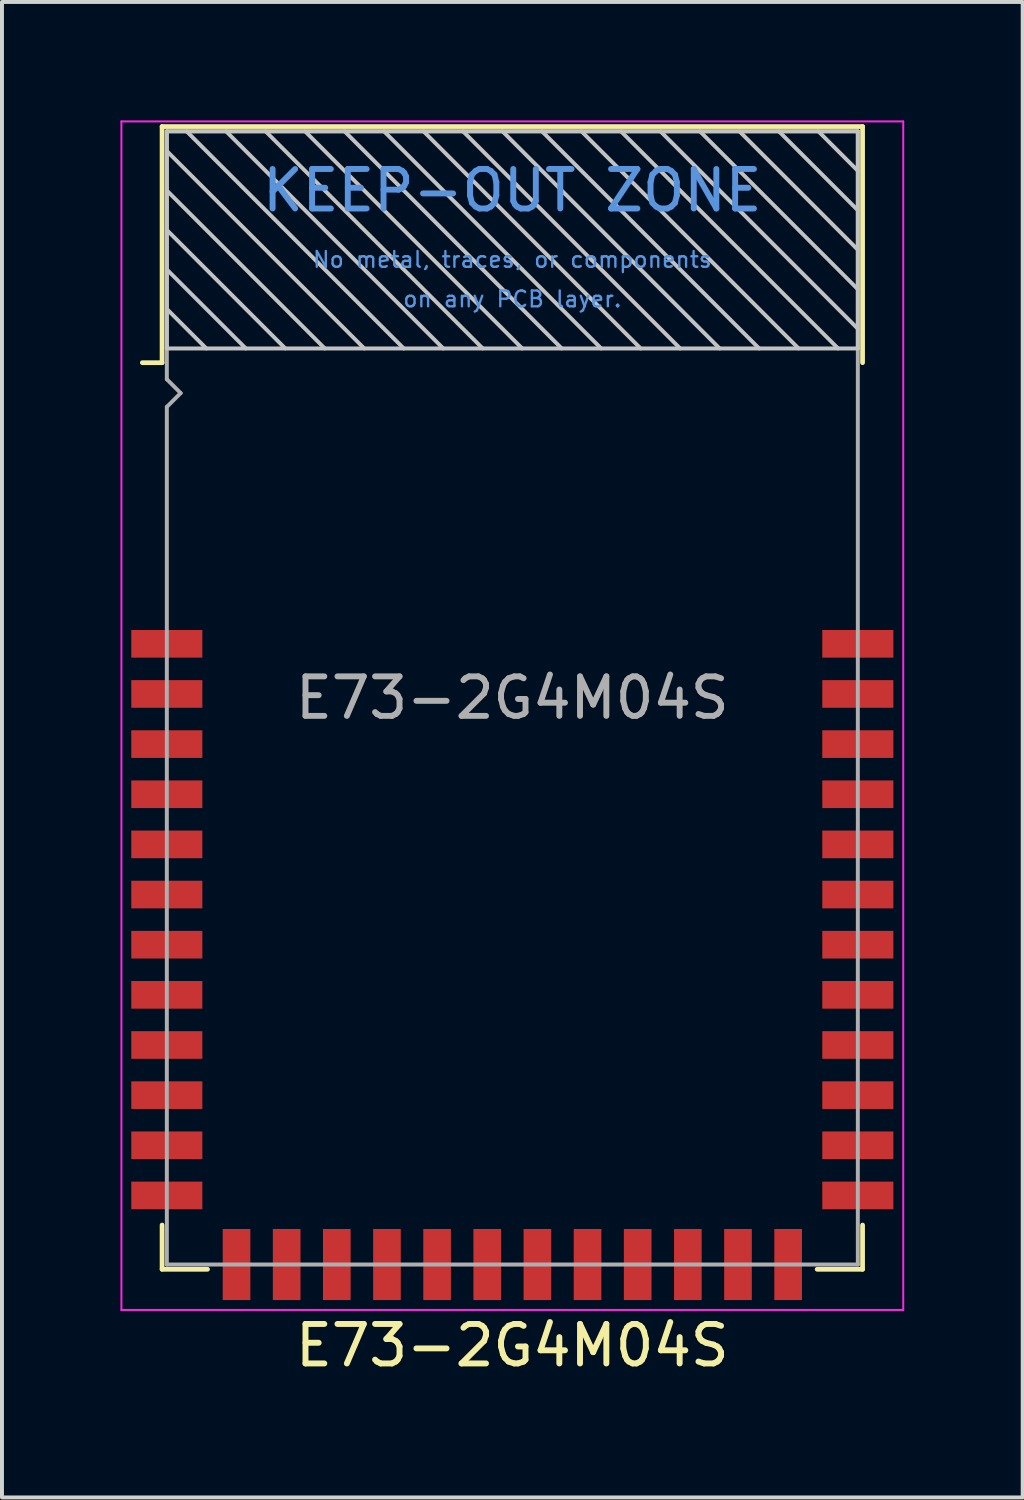
<source format=kicad_pcb>
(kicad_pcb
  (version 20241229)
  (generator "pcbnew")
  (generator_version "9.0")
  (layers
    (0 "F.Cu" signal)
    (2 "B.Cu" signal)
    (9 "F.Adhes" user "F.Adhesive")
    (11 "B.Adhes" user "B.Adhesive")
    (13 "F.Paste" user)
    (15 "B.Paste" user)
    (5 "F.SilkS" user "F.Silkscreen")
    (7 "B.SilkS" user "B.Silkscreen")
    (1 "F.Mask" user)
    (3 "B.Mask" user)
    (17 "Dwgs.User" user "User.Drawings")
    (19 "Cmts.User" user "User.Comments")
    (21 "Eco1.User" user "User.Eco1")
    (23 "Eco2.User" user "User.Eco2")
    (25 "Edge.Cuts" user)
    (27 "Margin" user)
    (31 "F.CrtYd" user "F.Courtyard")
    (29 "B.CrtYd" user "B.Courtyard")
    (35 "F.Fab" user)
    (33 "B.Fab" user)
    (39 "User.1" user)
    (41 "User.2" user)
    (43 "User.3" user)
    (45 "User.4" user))
  (footprint "E73-2G4M04S"
    (layer "F.Cu")
    (at 9.925 14.625)
    (property "Reference" "E73-2G4M04S" (at 0 16.4 0) (layer "F.SilkS") (effects (font (size 1 1) (thickness 0.15))))
    (attr smd)
    (fp_line (start -8.87 -14.47) (end -8.87 -8.49) (stroke (width 0.12) (type solid)) (layer "F.SilkS"))
    (fp_line (start -8.87 -8.49) (end -9.37 -8.49) (stroke (width 0.12) (type solid)) (layer "F.SilkS"))
    (fp_line (start -8.87 14.47) (end -8.87 13.35) (stroke (width 0.12) (type solid)) (layer "F.SilkS"))
    (fp_line (start -8.87 14.47) (end -7.72 14.47) (stroke (width 0.12) (type solid)) (layer "F.SilkS"))
    (fp_line (start 8.87 -14.47) (end -8.87 -14.47) (stroke (width 0.12) (type solid)) (layer "F.SilkS"))
    (fp_line (start 8.87 -14.47) (end 8.87 -8.49) (stroke (width 0.12) (type solid)) (layer "F.SilkS"))
    (fp_line (start 8.87 14.47) (end 7.72 14.47) (stroke (width 0.12) (type solid)) (layer "F.SilkS"))
    (fp_line (start 8.87 14.47) (end 8.87 13.35) (stroke (width 0.12) (type solid)) (layer "F.SilkS"))
    (fp_line (start -8.75 -14.35) (end 8.75 -14.35) (stroke (width 0.1) (type solid)) (layer "Dwgs.User"))
    (fp_line (start -8.75 -13.85) (end -3.75 -8.85) (stroke (width 0.1) (type solid)) (layer "Dwgs.User"))
    (fp_line (start -8.75 -11.85) (end -5.75 -8.85) (stroke (width 0.1) (type solid)) (layer "Dwgs.User"))
    (fp_line (start -8.75 -10.85) (end -6.75 -8.85) (stroke (width 0.1) (type solid)) (layer "Dwgs.User"))
    (fp_line (start -8.75 -9.85) (end -7.75 -8.85) (stroke (width 0.1) (type solid)) (layer "Dwgs.User"))
    (fp_line (start -8.75 -8.85) (end -8.75 -14.35) (stroke (width 0.1) (type solid)) (layer "Dwgs.User"))
    (fp_line (start -7.25 -14.35) (end -1.75 -8.85) (stroke (width 0.1) (type solid)) (layer "Dwgs.User"))
    (fp_line (start -5.25 -14.35) (end 0.25 -8.85) (stroke (width 0.1) (type solid)) (layer "Dwgs.User"))
    (fp_line (start -4.75 -8.85) (end -8.75 -12.85) (stroke (width 0.1) (type solid)) (layer "Dwgs.User"))
    (fp_line (start -3.25 -14.35) (end 2.25 -8.85) (stroke (width 0.1) (type solid)) (layer "Dwgs.User"))
    (fp_line (start -2.75 -8.85) (end -8.25 -14.35) (stroke (width 0.1) (type solid)) (layer "Dwgs.User"))
    (fp_line (start -1.25 -14.35) (end 4.25 -8.85) (stroke (width 0.1) (type solid)) (layer "Dwgs.User"))
    (fp_line (start -0.75 -8.85) (end -6.25 -14.35) (stroke (width 0.1) (type solid)) (layer "Dwgs.User"))
    (fp_line (start 0.75 -14.35) (end 6.25 -8.85) (stroke (width 0.1) (type solid)) (layer "Dwgs.User"))
    (fp_line (start 1.25 -8.85) (end -4.25 -14.35) (stroke (width 0.1) (type solid)) (layer "Dwgs.User"))
    (fp_line (start 2.75 -14.35) (end 8.25 -8.85) (stroke (width 0.1) (type solid)) (layer "Dwgs.User"))
    (fp_line (start 3.25 -8.85) (end -2.25 -14.35) (stroke (width 0.1) (type solid)) (layer "Dwgs.User"))
    (fp_line (start 4.75 -14.35) (end 8.75 -10.35) (stroke (width 0.1) (type solid)) (layer "Dwgs.User"))
    (fp_line (start 5.25 -8.85) (end -0.25 -14.35) (stroke (width 0.1) (type solid)) (layer "Dwgs.User"))
    (fp_line (start 6.75 -14.35) (end 8.75 -12.35) (stroke (width 0.1) (type solid)) (layer "Dwgs.User"))
    (fp_line (start 7.25 -8.85) (end 1.75 -14.35) (stroke (width 0.1) (type solid)) (layer "Dwgs.User"))
    (fp_line (start 8.75 -14.35) (end 8.75 -8.85) (stroke (width 0.1) (type solid)) (layer "Dwgs.User"))
    (fp_line (start 8.75 -13.35) (end 7.75 -14.35) (stroke (width 0.1) (type solid)) (layer "Dwgs.User"))
    (fp_line (start 8.75 -11.35) (end 5.75 -14.35) (stroke (width 0.1) (type solid)) (layer "Dwgs.User"))
    (fp_line (start 8.75 -9.35) (end 3.75 -14.35) (stroke (width 0.1) (type solid)) (layer "Dwgs.User"))
    (fp_line (start 8.75 -8.85) (end -8.75 -8.85) (stroke (width 0.1) (type solid)) (layer "Dwgs.User"))
    (fp_line (start -9.9 -14.6) (end -9.9 15.5) (stroke (width 0.05) (type solid)) (layer "F.CrtYd"))
    (fp_line (start -9.9 15.5) (end 9.9 15.5) (stroke (width 0.05) (type solid)) (layer "F.CrtYd"))
    (fp_line (start 9.9 -14.6) (end -9.9 -14.6) (stroke (width 0.05) (type solid)) (layer "F.CrtYd"))
    (fp_line (start 9.9 15.5) (end 9.9 -14.6) (stroke (width 0.05) (type solid)) (layer "F.CrtYd"))
    (fp_line (start -8.75 -8.07) (end -8.75 -14.35) (stroke (width 0.1) (type solid)) (layer "F.Fab"))
    (fp_line (start -8.75 -8.07) (end -8.4 -7.72) (stroke (width 0.1) (type solid)) (layer "F.Fab"))
    (fp_line (start -8.75 -7.37) (end -8.75 14.35) (stroke (width 0.1) (type solid)) (layer "F.Fab"))
    (fp_line (start -8.75 14.35) (end 8.75 14.35) (stroke (width 0.1) (type solid)) (layer "F.Fab"))
    (fp_line (start -8.4 -7.72) (end -8.75 -7.37) (stroke (width 0.1) (type solid)) (layer "F.Fab"))
    (fp_line (start 8.75 -14.35) (end -8.75 -14.35) (stroke (width 0.1) (type solid)) (layer "F.Fab"))
    (fp_line (start 8.75 14.35) (end 8.75 -14.35) (stroke (width 0.1) (type solid)) (layer "F.Fab"))
    (fp_text user "KEEP-OUT ZONE" (at 0 -12.85 0) (layer "Cmts.User") (effects (font (size 1 1) (thickness 0.15))))
    (fp_text user "No metal, traces, or components" (at 0 -11.1 0) (layer "Cmts.User") (effects (font (size 0.4 0.4) (thickness 0.06))))
    (fp_text user "on any PCB layer." (at 0 -10.1 0) (layer "Cmts.User") (effects (font (size 0.4 0.4) (thickness 0.06))))
    (fp_text user "${REFERENCE}" (at 0 0 0) (layer "F.Fab") (effects (font (size 1 1) (thickness 0.15))))
    (pad "1" smd rect (at -8.75 -1.37) (size 1.8 0.7) (layers "F.Cu" "F.Mask" "F.Paste"))
    (pad "2" smd rect (at -8.75 -0.1) (size 1.8 0.7) (layers "F.Cu" "F.Mask" "F.Paste"))
    (pad "3" smd rect (at -8.75 1.17) (size 1.8 0.7) (layers "F.Cu" "F.Mask" "F.Paste"))
    (pad "4" smd rect (at -8.75 2.44) (size 1.8 0.7) (layers "F.Cu" "F.Mask" "F.Paste"))
    (pad "5" smd rect (at -8.75 3.71) (size 1.8 0.7) (layers "F.Cu" "F.Mask" "F.Paste"))
    (pad "6" smd rect (at -8.75 4.98) (size 1.8 0.7) (layers "F.Cu" "F.Mask" "F.Paste"))
    (pad "7" smd rect (at -8.75 6.25) (size 1.8 0.7) (layers "F.Cu" "F.Mask" "F.Paste"))
    (pad "8" smd rect (at -8.75 7.52) (size 1.8 0.7) (layers "F.Cu" "F.Mask" "F.Paste"))
    (pad "9" smd rect (at -8.75 8.79) (size 1.8 0.7) (layers "F.Cu" "F.Mask" "F.Paste"))
    (pad "10" smd rect (at -8.75 10.06) (size 1.8 0.7) (layers "F.Cu" "F.Mask" "F.Paste"))
    (pad "11" smd rect (at -8.75 11.33) (size 1.8 0.7) (layers "F.Cu" "F.Mask" "F.Paste"))
    (pad "12" smd rect (at -8.75 12.6) (size 1.8 0.7) (layers "F.Cu" "F.Mask" "F.Paste"))
    (pad "13" smd rect (at -6.985 14.35) (size 0.7 1.8) (layers "F.Cu" "F.Mask" "F.Paste"))
    (pad "14" smd rect (at -5.715 14.35) (size 0.7 1.8) (layers "F.Cu" "F.Mask" "F.Paste"))
    (pad "15" smd rect (at -4.445 14.35) (size 0.7 1.8) (layers "F.Cu" "F.Mask" "F.Paste"))
    (pad "16" smd rect (at -3.175 14.35) (size 0.7 1.8) (layers "F.Cu" "F.Mask" "F.Paste"))
    (pad "17" smd rect (at -1.905 14.35) (size 0.7 1.8) (layers "F.Cu" "F.Mask" "F.Paste"))
    (pad "18" smd rect (at -0.635 14.35) (size 0.7 1.8) (layers "F.Cu" "F.Mask" "F.Paste"))
    (pad "19" smd rect (at 0.635 14.35) (size 0.7 1.8) (layers "F.Cu" "F.Mask" "F.Paste"))
    (pad "20" smd rect (at 1.905 14.35) (size 0.7 1.8) (layers "F.Cu" "F.Mask" "F.Paste"))
    (pad "21" smd rect (at 3.175 14.35) (size 0.7 1.8) (layers "F.Cu" "F.Mask" "F.Paste"))
    (pad "22" smd rect (at 4.445 14.35) (size 0.7 1.8) (layers "F.Cu" "F.Mask" "F.Paste"))
    (pad "23" smd rect (at 5.715 14.35) (size 0.7 1.8) (layers "F.Cu" "F.Mask" "F.Paste"))
    (pad "24" smd rect (at 6.985 14.35) (size 0.7 1.8) (layers "F.Cu" "F.Mask" "F.Paste"))
    (pad "25" smd rect (at 8.75 12.6) (size 1.8 0.7) (layers "F.Cu" "F.Mask" "F.Paste"))
    (pad "26" smd rect (at 8.75 11.33) (size 1.8 0.7) (layers "F.Cu" "F.Mask" "F.Paste"))
    (pad "27" smd rect (at 8.75 10.06) (size 1.8 0.7) (layers "F.Cu" "F.Mask" "F.Paste"))
    (pad "28" smd rect (at 8.75 8.79) (size 1.8 0.7) (layers "F.Cu" "F.Mask" "F.Paste"))
    (pad "29" smd rect (at 8.75 7.52) (size 1.8 0.7) (layers "F.Cu" "F.Mask" "F.Paste"))
    (pad "30" smd rect (at 8.75 6.25) (size 1.8 0.7) (layers "F.Cu" "F.Mask" "F.Paste"))
    (pad "31" smd rect (at 8.75 4.98) (size 1.8 0.7) (layers "F.Cu" "F.Mask" "F.Paste"))
    (pad "32" smd rect (at 8.75 3.71) (size 1.8 0.7) (layers "F.Cu" "F.Mask" "F.Paste"))
    (pad "33" smd rect (at 8.75 2.44) (size 1.8 0.7) (layers "F.Cu" "F.Mask" "F.Paste"))
    (pad "34" smd rect (at 8.75 1.17) (size 1.8 0.7) (layers "F.Cu" "F.Mask" "F.Paste"))
    (pad "35" smd rect (at 8.75 -0.1) (size 1.8 0.7) (layers "F.Cu" "F.Mask" "F.Paste"))
    (pad "36" smd rect (at 8.75 -1.37) (size 1.8 0.7) (layers "F.Cu" "F.Mask" "F.Paste")))
  (gr_rect
    (start -3 -3)
    (end 22.85 34.873)
    (stroke (width 0.1) (type default))
    (fill no)
    (layer "Edge.Cuts")))
</source>
